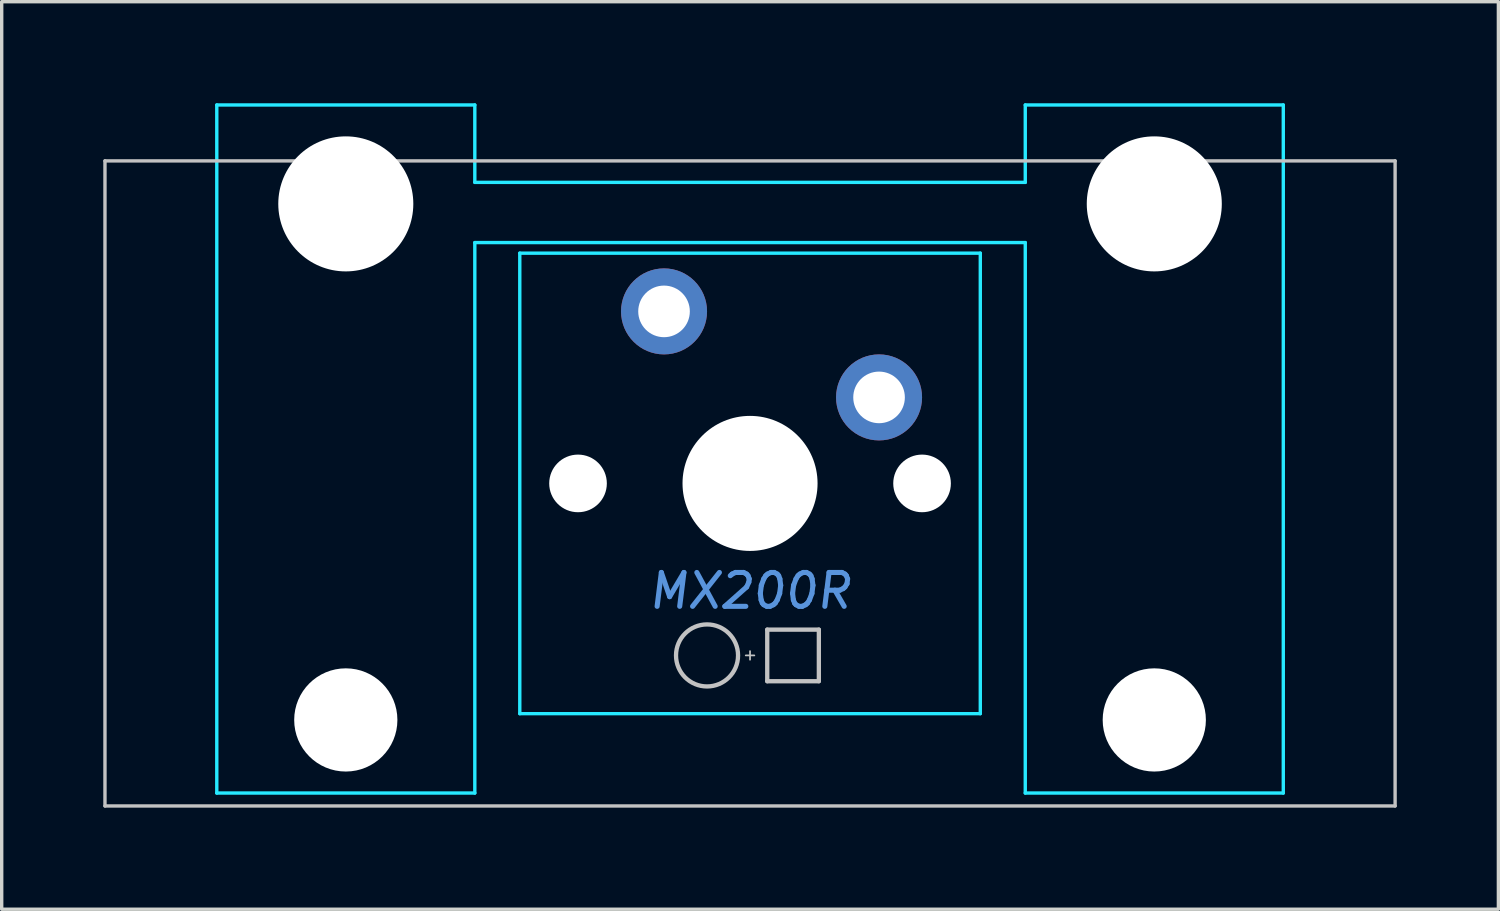
<source format=kicad_pcb>
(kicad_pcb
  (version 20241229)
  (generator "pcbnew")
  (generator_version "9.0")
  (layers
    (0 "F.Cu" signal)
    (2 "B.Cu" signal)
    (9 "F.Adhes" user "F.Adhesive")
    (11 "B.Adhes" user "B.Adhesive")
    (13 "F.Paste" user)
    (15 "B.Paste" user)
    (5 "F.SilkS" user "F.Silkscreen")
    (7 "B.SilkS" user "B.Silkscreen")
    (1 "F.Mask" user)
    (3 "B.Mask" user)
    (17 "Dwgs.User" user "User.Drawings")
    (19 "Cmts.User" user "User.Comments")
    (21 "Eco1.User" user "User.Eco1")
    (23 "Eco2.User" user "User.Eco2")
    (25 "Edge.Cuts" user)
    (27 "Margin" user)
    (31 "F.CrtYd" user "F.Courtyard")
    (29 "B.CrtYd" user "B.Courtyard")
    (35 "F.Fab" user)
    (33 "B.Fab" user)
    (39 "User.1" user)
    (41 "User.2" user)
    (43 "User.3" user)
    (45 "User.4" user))
  (footprint "MX200R"
    (layer "F.Cu")
    (at 19.1 11.226)
    (property "Reference" "MX200R" (at 0 3.175 0) (layer "Cmts.User") (effects (font (size 1 1) (thickness 0.15) (italic yes))))
    (attr through_hole)
    (fp_line (start -19.05 -9.525) (end -19.05 9.525) (stroke (width 0.1) (type solid)) (layer "Dwgs.User"))
    (fp_line (start -19.05 -9.525) (end 19.05 -9.525) (stroke (width 0.1) (type solid)) (layer "Dwgs.User"))
    (fp_line (start -19.05 9.525) (end 19.05 9.525) (stroke (width 0.1) (type solid)) (layer "Dwgs.User"))
    (fp_line (start -0.127 5.08) (end 0.127 5.08) (stroke (width 0.051) (type solid)) (layer "Dwgs.User"))
    (fp_line (start 0 4.953) (end 0 5.207) (stroke (width 0.051) (type solid)) (layer "Dwgs.User"))
    (fp_line (start 0.508 4.318) (end 0.508 5.842) (stroke (width 0.127) (type solid)) (layer "Dwgs.User"))
    (fp_line (start 0.508 4.318) (end 2.032 4.318) (stroke (width 0.127) (type solid)) (layer "Dwgs.User"))
    (fp_line (start 0.508 5.842) (end 2.032 5.842) (stroke (width 0.127) (type solid)) (layer "Dwgs.User"))
    (fp_line (start 2.032 5.842) (end 2.032 4.318) (stroke (width 0.127) (type solid)) (layer "Dwgs.User"))
    (fp_line (start 19.05 -9.525) (end 19.05 9.525) (stroke (width 0.1) (type solid)) (layer "Dwgs.User"))
    (fp_circle (center -1.27 5.08) (end -0.354 5.08) (stroke (width 0.127) (type solid)) (fill no) (layer "Dwgs.User"))
    (fp_line (start -17.17 0.889) (end -17.17 2.921) (stroke (width 0.1) (type solid)) (layer "Eco1.User"))
    (fp_line (start -16.789 3.302) (end -16.535 3.302) (stroke (width 0.1) (type solid)) (layer "Eco1.User"))
    (fp_line (start -16.535 0.508) (end -16.789 0.508) (stroke (width 0.1) (type solid)) (layer "Eco1.User"))
    (fp_line (start -16.154 -6.223) (end -16.154 0.127) (stroke (width 0.1) (type solid)) (layer "Eco1.User"))
    (fp_line (start -16.154 3.683) (end -16.154 5.309) (stroke (width 0.1) (type solid)) (layer "Eco1.User"))
    (fp_line (start -15.773 5.69) (end -9.881 5.69) (stroke (width 0.1) (type solid)) (layer "Eco1.User"))
    (fp_line (start -14.732 -6.604) (end -15.773 -6.604) (stroke (width 0.1) (type solid)) (layer "Eco1.User"))
    (fp_line (start -14.351 -7.391) (end -14.351 -6.985) (stroke (width 0.1) (type solid)) (layer "Eco1.User"))
    (fp_line (start -11.684 -7.772) (end -13.97 -7.772) (stroke (width 0.1) (type solid)) (layer "Eco1.User"))
    (fp_line (start -11.303 -6.985) (end -11.303 -7.391) (stroke (width 0.1) (type solid)) (layer "Eco1.User"))
    (fp_line (start -9.881 -6.604) (end -10.922 -6.604) (stroke (width 0.1) (type solid)) (layer "Eco1.User"))
    (fp_line (start -9.5 -6.198) (end -9.5 -6.223) (stroke (width 0.1) (type solid)) (layer "Eco1.User"))
    (fp_line (start -9.5 5.309) (end -9.5 5.258) (stroke (width 0.1) (type solid)) (layer "Eco1.User"))
    (fp_line (start -9.119 4.877) (end -7.366 4.877) (stroke (width 0.1) (type solid)) (layer "Eco1.User"))
    (fp_line (start -7.366 -5.817) (end -9.119 -5.817) (stroke (width 0.1) (type solid)) (layer "Eco1.User"))
    (fp_line (start -6.985 -6.604) (end -6.985 -6.197) (stroke (width 0.1) (type solid)) (layer "Eco1.User"))
    (fp_line (start -6.985 5.258) (end -6.985 6.604) (stroke (width 0.1) (type solid)) (layer "Eco1.User"))
    (fp_line (start -6.604 -6.985) (end 6.604 -6.985) (stroke (width 0.1) (type solid)) (layer "Eco1.User"))
    (fp_line (start -2.159 0) (end 2.159 0) (stroke (width 0.1) (type solid)) (layer "Eco1.User"))
    (fp_line (start 0 2.159) (end 0 -2.159) (stroke (width 0.1) (type solid)) (layer "Eco1.User"))
    (fp_line (start 6.604 6.985) (end -6.604 6.985) (stroke (width 0.1) (type solid)) (layer "Eco1.User"))
    (fp_line (start 6.985 -6.604) (end 6.985 -6.197) (stroke (width 0.1) (type solid)) (layer "Eco1.User"))
    (fp_line (start 6.985 5.258) (end 6.985 6.604) (stroke (width 0.1) (type solid)) (layer "Eco1.User"))
    (fp_line (start 7.366 -5.817) (end 9.119 -5.817) (stroke (width 0.1) (type solid)) (layer "Eco1.User"))
    (fp_line (start 9.119 4.877) (end 7.366 4.877) (stroke (width 0.1) (type solid)) (layer "Eco1.User"))
    (fp_line (start 9.5 -6.198) (end 9.5 -6.223) (stroke (width 0.1) (type solid)) (layer "Eco1.User"))
    (fp_line (start 9.5 5.309) (end 9.5 5.258) (stroke (width 0.1) (type solid)) (layer "Eco1.User"))
    (fp_line (start 9.881 -6.604) (end 10.922 -6.604) (stroke (width 0.1) (type solid)) (layer "Eco1.User"))
    (fp_line (start 11.303 -6.985) (end 11.303 -7.391) (stroke (width 0.1) (type solid)) (layer "Eco1.User"))
    (fp_line (start 11.684 -7.772) (end 13.97 -7.772) (stroke (width 0.1) (type solid)) (layer "Eco1.User"))
    (fp_line (start 14.351 -7.391) (end 14.351 -6.985) (stroke (width 0.1) (type solid)) (layer "Eco1.User"))
    (fp_line (start 14.732 -6.604) (end 15.773 -6.604) (stroke (width 0.1) (type solid)) (layer "Eco1.User"))
    (fp_line (start 15.773 5.69) (end 9.881 5.69) (stroke (width 0.1) (type solid)) (layer "Eco1.User"))
    (fp_line (start 16.154 -6.223) (end 16.154 0.127) (stroke (width 0.1) (type solid)) (layer "Eco1.User"))
    (fp_line (start 16.154 3.683) (end 16.154 5.309) (stroke (width 0.1) (type solid)) (layer "Eco1.User"))
    (fp_line (start 16.535 0.508) (end 16.789 0.508) (stroke (width 0.1) (type solid)) (layer "Eco1.User"))
    (fp_line (start 16.789 3.302) (end 16.535 3.302) (stroke (width 0.1) (type solid)) (layer "Eco1.User"))
    (fp_line (start 17.17 0.889) (end 17.17 2.921) (stroke (width 0.1) (type solid)) (layer "Eco1.User"))
    (fp_arc (start -17.1704 0.889) (mid -17.058808 0.619592) (end -16.7894 0.508) (stroke (width 0.1) (type solid)) (layer "Eco1.User"))
    (fp_arc (start -16.7894 3.302) (mid -17.058808 3.190408) (end -17.1704 2.921) (stroke (width 0.1) (type solid)) (layer "Eco1.User"))
    (fp_arc (start -16.5354 3.302) (mid -16.265992 3.413592) (end -16.1544 3.683) (stroke (width 0.1) (type solid)) (layer "Eco1.User"))
    (fp_arc (start -16.1544 -6.223) (mid -16.042808 -6.492408) (end -15.7734 -6.604) (stroke (width 0.1) (type solid)) (layer "Eco1.User"))
    (fp_arc (start -16.1544 0.127) (mid -16.265992 0.396408) (end -16.5354 0.508) (stroke (width 0.1) (type solid)) (layer "Eco1.User"))
    (fp_arc (start -15.7734 5.6896) (mid -16.042808 5.578008) (end -16.1544 5.3086) (stroke (width 0.1) (type solid)) (layer "Eco1.User"))
    (fp_arc (start -14.351 -7.3914) (mid -14.239408 -7.660808) (end -13.97 -7.7724) (stroke (width 0.1) (type solid)) (layer "Eco1.User"))
    (fp_arc (start -14.351 -6.985) (mid -14.462592 -6.715592) (end -14.732 -6.604) (stroke (width 0.1) (type solid)) (layer "Eco1.User"))
    (fp_arc (start -11.684 -7.7724) (mid -11.414592 -7.660808) (end -11.303 -7.3914) (stroke (width 0.1) (type solid)) (layer "Eco1.User"))
    (fp_arc (start -10.922 -6.604) (mid -11.191408 -6.715592) (end -11.303 -6.985) (stroke (width 0.1) (type solid)) (layer "Eco1.User"))
    (fp_arc (start -9.8806 -6.604) (mid -9.611192 -6.492408) (end -9.4996 -6.223) (stroke (width 0.1) (type solid)) (layer "Eco1.User"))
    (fp_arc (start -9.4996 5.2578) (mid -9.388008 4.988392) (end -9.1186 4.8768) (stroke (width 0.1) (type solid)) (layer "Eco1.User"))
    (fp_arc (start -9.4996 5.3086) (mid -9.611192 5.578008) (end -9.8806 5.6896) (stroke (width 0.1) (type solid)) (layer "Eco1.User"))
    (fp_arc (start -9.1186 -5.8166) (mid -9.388008 -5.928192) (end -9.4996 -6.1976) (stroke (width 0.1) (type solid)) (layer "Eco1.User"))
    (fp_arc (start -7.366 4.8768) (mid -7.096592 4.988392) (end -6.985 5.2578) (stroke (width 0.1) (type solid)) (layer "Eco1.User"))
    (fp_arc (start -6.985 -6.604) (mid -6.873408 -6.873408) (end -6.604 -6.985) (stroke (width 0.1) (type solid)) (layer "Eco1.User"))
    (fp_arc (start -6.985 -6.1976) (mid -7.096592 -5.928192) (end -7.366 -5.8166) (stroke (width 0.1) (type solid)) (layer "Eco1.User"))
    (fp_arc (start -6.604 6.985) (mid -6.873408 6.873408) (end -6.985 6.604) (stroke (width 0.1) (type solid)) (layer "Eco1.User"))
    (fp_arc (start 6.604 -6.985) (mid 6.873408 -6.873408) (end 6.985 -6.604) (stroke (width 0.1) (type solid)) (layer "Eco1.User"))
    (fp_arc (start 6.985 5.2578) (mid 7.096592 4.988392) (end 7.366 4.8768) (stroke (width 0.1) (type solid)) (layer "Eco1.User"))
    (fp_arc (start 6.985 6.604) (mid 6.873408 6.873408) (end 6.604 6.985) (stroke (width 0.1) (type solid)) (layer "Eco1.User"))
    (fp_arc (start 7.366 -5.8166) (mid 7.096592 -5.928192) (end 6.985 -6.1976) (stroke (width 0.1) (type solid)) (layer "Eco1.User"))
    (fp_arc (start 9.1186 4.8768) (mid 9.388008 4.988392) (end 9.4996 5.2578) (stroke (width 0.1) (type solid)) (layer "Eco1.User"))
    (fp_arc (start 9.4996 -6.223) (mid 9.611192 -6.492408) (end 9.8806 -6.604) (stroke (width 0.1) (type solid)) (layer "Eco1.User"))
    (fp_arc (start 9.4996 -6.1976) (mid 9.388008 -5.928192) (end 9.1186 -5.8166) (stroke (width 0.1) (type solid)) (layer "Eco1.User"))
    (fp_arc (start 9.8806 5.6896) (mid 9.611192 5.578008) (end 9.4996 5.3086) (stroke (width 0.1) (type solid)) (layer "Eco1.User"))
    (fp_arc (start 11.303 -7.3914) (mid 11.414592 -7.660808) (end 11.684 -7.7724) (stroke (width 0.1) (type solid)) (layer "Eco1.User"))
    (fp_arc (start 11.303 -6.985) (mid 11.191408 -6.715592) (end 10.922 -6.604) (stroke (width 0.1) (type solid)) (layer "Eco1.User"))
    (fp_arc (start 13.97 -7.7724) (mid 14.239408 -7.660808) (end 14.351 -7.3914) (stroke (width 0.1) (type solid)) (layer "Eco1.User"))
    (fp_arc (start 14.732 -6.604) (mid 14.462592 -6.715592) (end 14.351 -6.985) (stroke (width 0.1) (type solid)) (layer "Eco1.User"))
    (fp_arc (start 15.7734 -6.604) (mid 16.042808 -6.492408) (end 16.1544 -6.223) (stroke (width 0.1) (type solid)) (layer "Eco1.User"))
    (fp_arc (start 16.1544 3.683) (mid 16.265992 3.413592) (end 16.5354 3.302) (stroke (width 0.1) (type solid)) (layer "Eco1.User"))
    (fp_arc (start 16.1544 5.3086) (mid 16.042808 5.578008) (end 15.7734 5.6896) (stroke (width 0.1) (type solid)) (layer "Eco1.User"))
    (fp_arc (start 16.5354 0.508) (mid 16.265992 0.396408) (end 16.1544 0.127) (stroke (width 0.1) (type solid)) (layer "Eco1.User"))
    (fp_arc (start 16.7894 0.508) (mid 17.058808 0.619592) (end 17.1704 0.889) (stroke (width 0.1) (type solid)) (layer "Eco1.User"))
    (fp_arc (start 17.1704 2.921) (mid 17.058808 3.190408) (end 16.7894 3.302) (stroke (width 0.1) (type solid)) (layer "Eco1.User"))
    (fp_circle (center 0 0) (end -1.994 0) (stroke (width 0.1) (type solid)) (fill no) (layer "Eco1.User"))
    (fp_line (start -15.748 9.144) (end -15.748 -11.176) (stroke (width 0.1) (type solid)) (layer "B.CrtYd"))
    (fp_line (start -8.128 -11.176) (end -15.748 -11.176) (stroke (width 0.1) (type solid)) (layer "B.CrtYd"))
    (fp_line (start -8.128 -8.89) (end -8.128 -11.176) (stroke (width 0.1) (type solid)) (layer "B.CrtYd"))
    (fp_line (start -8.128 -7.112) (end -8.128 9.144) (stroke (width 0.1) (type solid)) (layer "B.CrtYd"))
    (fp_line (start -8.128 9.144) (end -15.748 9.144) (stroke (width 0.1) (type solid)) (layer "B.CrtYd"))
    (fp_line (start -6.8 -6.8) (end -6.8 6.8) (stroke (width 0.1) (type solid)) (layer "B.CrtYd"))
    (fp_line (start 6.8 -6.8) (end -6.8 -6.8) (stroke (width 0.1) (type solid)) (layer "B.CrtYd"))
    (fp_line (start 6.8 -6.8) (end 6.8 6.8) (stroke (width 0.1) (type solid)) (layer "B.CrtYd"))
    (fp_line (start 6.8 6.8) (end -6.8 6.8) (stroke (width 0.1) (type solid)) (layer "B.CrtYd"))
    (fp_line (start 8.128 -8.89) (end -8.128 -8.89) (stroke (width 0.1) (type solid)) (layer "B.CrtYd"))
    (fp_line (start 8.128 -8.89) (end 8.128 -11.176) (stroke (width 0.1) (type solid)) (layer "B.CrtYd"))
    (fp_line (start 8.128 -7.112) (end -8.128 -7.112) (stroke (width 0.1) (type solid)) (layer "B.CrtYd"))
    (fp_line (start 8.128 -7.112) (end 8.128 9.144) (stroke (width 0.1) (type solid)) (layer "B.CrtYd"))
    (fp_line (start 15.748 -11.176) (end 8.128 -11.176) (stroke (width 0.1) (type solid)) (layer "B.CrtYd"))
    (fp_line (start 15.748 9.144) (end 8.128 9.144) (stroke (width 0.1) (type solid)) (layer "B.CrtYd"))
    (fp_line (start 15.748 9.144) (end 15.748 -11.176) (stroke (width 0.1) (type solid)) (layer "B.CrtYd"))
    (pad "" np_thru_hole circle (at -11.938 -8.255) (size 3.988 3.988) (drill 3.988) (layers "*.Cu" "*.Mask"))
    (pad "" np_thru_hole circle (at -11.938 6.985) (size 3.048 3.048) (drill 3.048) (layers "*.Cu" "*.Mask"))
    (pad "" np_thru_hole circle (at -5.08 0) (size 1.702 1.702) (drill 1.702) (layers "*.Cu" "*.Mask"))
    (pad "" np_thru_hole circle (at 0 0) (size 3.988 3.988) (drill 3.988) (layers "*.Cu" "*.Mask"))
    (pad "" np_thru_hole circle (at 5.08 0) (size 1.702 1.702) (drill 1.702) (layers "*.Cu" "*.Mask"))
    (pad "" np_thru_hole circle (at 11.938 -8.255) (size 3.988 3.988) (drill 3.988) (layers "*.Cu" "*.Mask"))
    (pad "" np_thru_hole circle (at 11.938 6.985) (size 3.048 3.048) (drill 3.048) (layers "*.Cu" "*.Mask"))
    (pad "1" thru_hole circle (at -2.54 -5.08) (size 2.54 2.54) (drill 1.524) (layers "*.Cu" "*.Mask"))
    (pad "2" thru_hole circle (at 3.81 -2.54) (size 2.54 2.54) (drill 1.524) (layers "*.Cu" "*.Mask")))
  (gr_rect
    (start -3 -3)
    (end 41.2 23.801)
    (stroke (width 0.1) (type default))
    (fill no)
    (layer "Edge.Cuts")))
</source>
